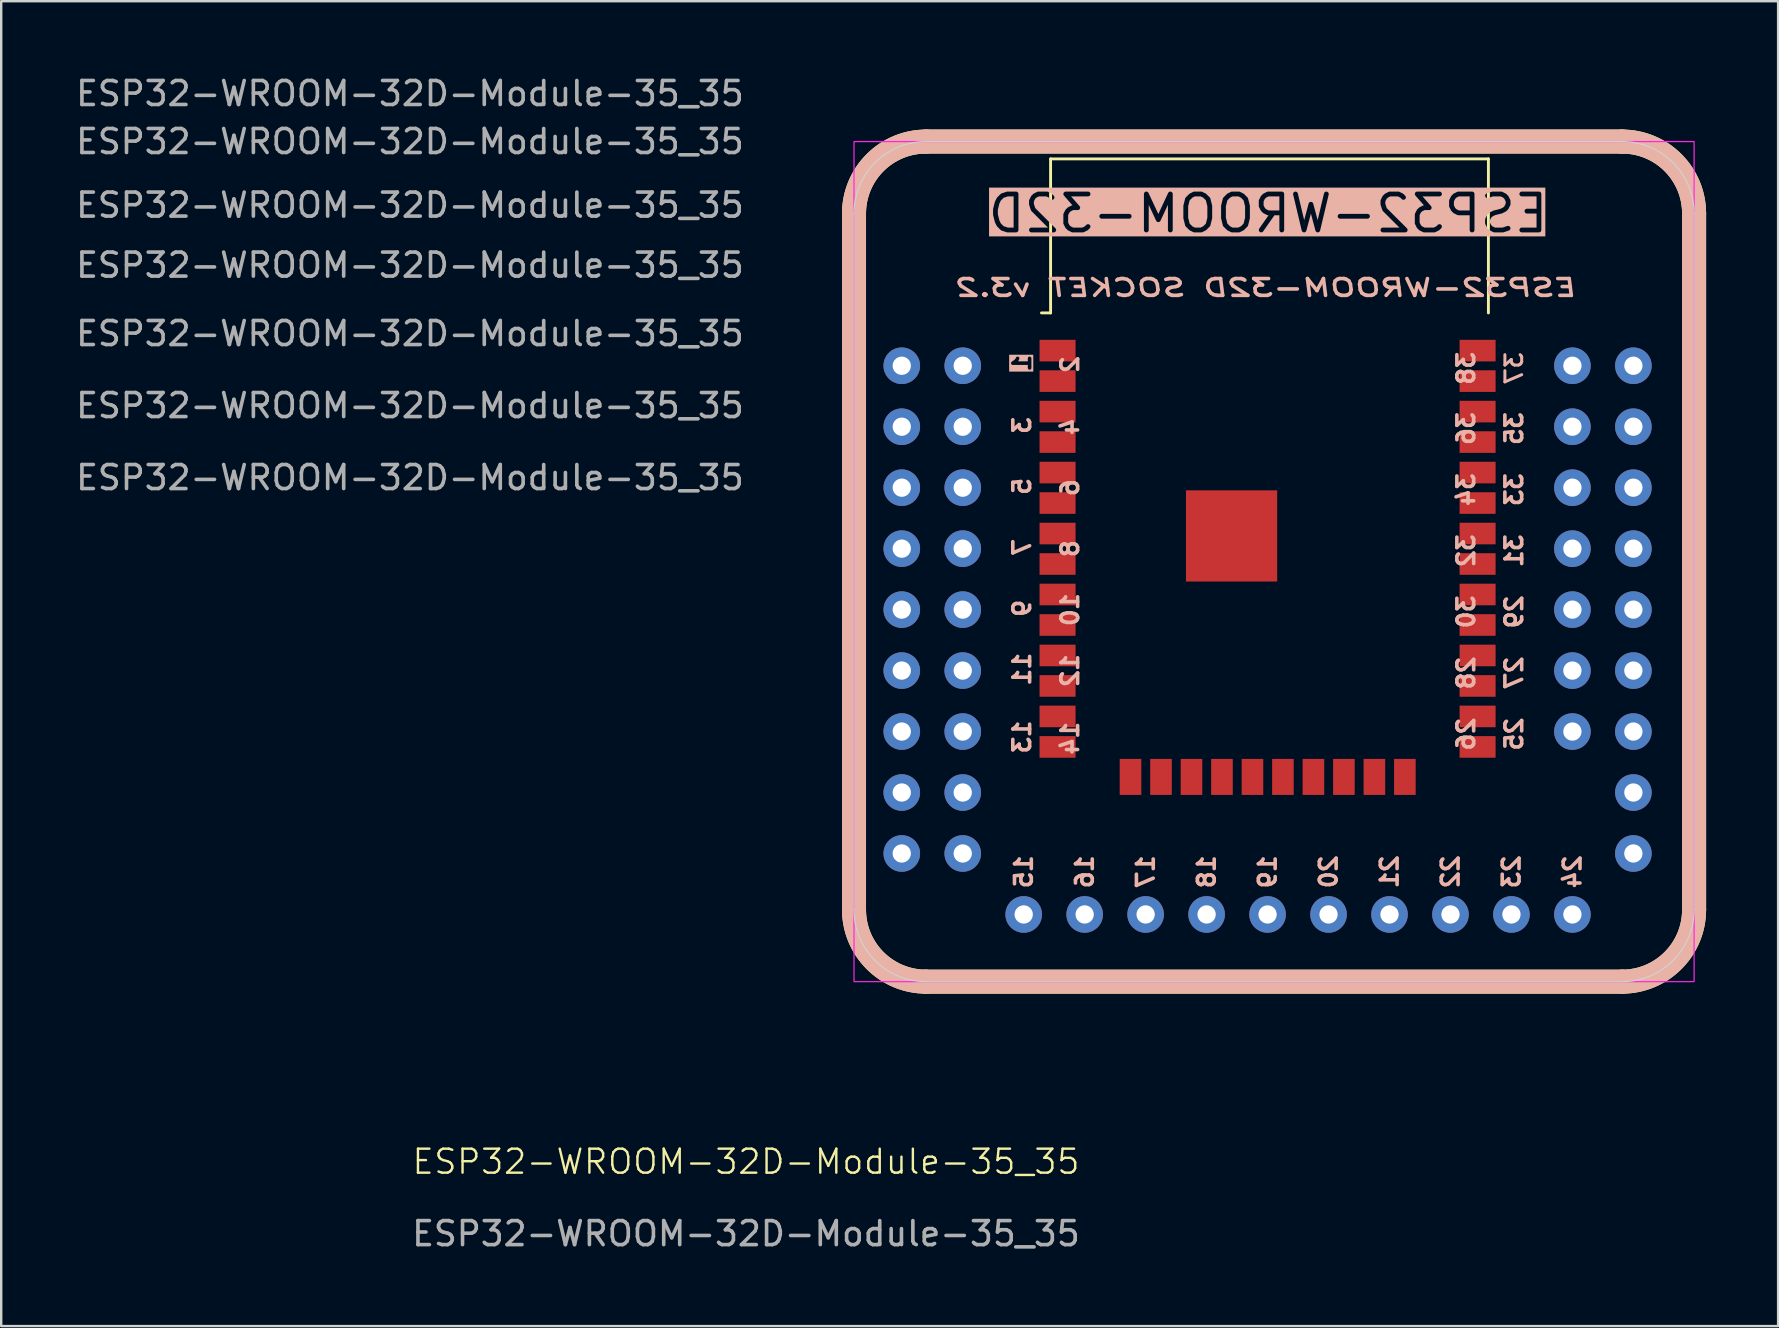
<source format=kicad_pcb>
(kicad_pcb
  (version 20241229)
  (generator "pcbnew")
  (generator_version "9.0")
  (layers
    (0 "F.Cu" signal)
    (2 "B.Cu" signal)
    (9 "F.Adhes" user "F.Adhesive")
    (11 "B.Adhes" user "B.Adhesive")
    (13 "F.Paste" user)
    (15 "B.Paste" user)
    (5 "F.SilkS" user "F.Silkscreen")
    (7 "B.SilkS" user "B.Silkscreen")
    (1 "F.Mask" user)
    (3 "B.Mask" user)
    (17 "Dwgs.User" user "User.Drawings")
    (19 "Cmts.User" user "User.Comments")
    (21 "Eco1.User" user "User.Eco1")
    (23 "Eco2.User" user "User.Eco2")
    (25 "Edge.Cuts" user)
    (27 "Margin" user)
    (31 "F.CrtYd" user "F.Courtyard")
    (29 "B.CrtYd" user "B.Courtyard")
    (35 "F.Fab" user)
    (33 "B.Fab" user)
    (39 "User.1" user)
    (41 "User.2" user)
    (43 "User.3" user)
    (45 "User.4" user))
  (footprint "ESP32-WROOM-32D-Module-35_35"
    (layer "F.Cu")
    (at 28.03 45.848)
    (property "Reference" "ESP32-WROOM-32D-Module-35_35" (at 0 -0.5 0) (unlocked yes) (layer "F.SilkS") (effects (font (size 1 1) (thickness 0.1))))
    (attr smd)
    (fp_line (start 4.5 -11) (end 4.5 -40) (stroke (width 1) (type default)) (layer "F.SilkS"))
    (fp_line (start 7.5 -43) (end 36.5 -43) (stroke (width 1) (type default)) (layer "F.SilkS"))
    (fp_line (start 12.69 -42.278) (end 12.69 -35.862) (stroke (width 0.12) (type solid)) (layer "F.SilkS"))
    (fp_line (start 12.69 -42.278) (end 30.93 -42.278) (stroke (width 0.12) (type solid)) (layer "F.SilkS"))
    (fp_line (start 12.69 -35.862) (end 12.31 -35.862) (stroke (width 0.12) (type solid)) (layer "F.SilkS"))
    (fp_line (start 30.93 -42.278) (end 30.93 -35.862) (stroke (width 0.12) (type solid)) (layer "F.SilkS"))
    (fp_line (start 36.5 -8) (end 7.5 -8) (stroke (width 1) (type default)) (layer "F.SilkS"))
    (fp_line (start 39.5 -40) (end 39.5 -11) (stroke (width 1) (type default)) (layer "F.SilkS"))
    (fp_arc (start 4.5 -40) (mid 5.37868 -42.121319) (end 7.5 -43) (stroke (width 1) (type default)) (layer "F.SilkS"))
    (fp_arc (start 7.5 -8) (mid 5.37868 -8.87868) (end 4.5 -11) (stroke (width 1) (type default)) (layer "F.SilkS"))
    (fp_arc (start 36.5 -43) (mid 38.62132 -42.12132) (end 39.5 -40) (stroke (width 1) (type default)) (layer "F.SilkS"))
    (fp_arc (start 39.5 -11) (mid 38.62132 -8.87868) (end 36.5 -8) (stroke (width 1) (type default)) (layer "F.SilkS"))
    (fp_line (start 4.5 -11) (end 4.5 -40) (stroke (width 1) (type default)) (layer "B.SilkS"))
    (fp_line (start 7.5 -43) (end 36.5 -43) (stroke (width 1) (type default)) (layer "B.SilkS"))
    (fp_line (start 36.5 -8) (end 7.5 -8) (stroke (width 1) (type default)) (layer "B.SilkS"))
    (fp_line (start 39.5 -40) (end 39.5 -11) (stroke (width 1) (type default)) (layer "B.SilkS"))
    (fp_arc (start 4.5 -40) (mid 5.378681 -42.121319) (end 7.5 -43) (stroke (width 1) (type default)) (layer "B.SilkS"))
    (fp_arc (start 7.5 -8) (mid 5.37868 -8.87868) (end 4.5 -11) (stroke (width 1) (type default)) (layer "B.SilkS"))
    (fp_arc (start 36.5 -43) (mid 38.62132 -42.12132) (end 39.5 -40) (stroke (width 1) (type default)) (layer "B.SilkS"))
    (fp_arc (start 39.5 -11) (mid 38.62132 -8.87868) (end 36.5 -8) (stroke (width 1) (type default)) (layer "B.SilkS"))
    (fp_line (start 4.5 -11) (end 4.5 -40) (stroke (width 0.05) (type default)) (layer "Edge.Cuts"))
    (fp_line (start 7.5 -43) (end 36.5 -43) (stroke (width 0.05) (type default)) (layer "Edge.Cuts"))
    (fp_line (start 36.5 -8) (end 7.5 -8) (stroke (width 0.05) (type default)) (layer "Edge.Cuts"))
    (fp_line (start 39.5 -40) (end 39.5 -11) (stroke (width 0.05) (type default)) (layer "Edge.Cuts"))
    (fp_arc (start 4.5 -40) (mid 5.37868 -42.12132) (end 7.5 -43) (stroke (width 0.05) (type default)) (layer "Edge.Cuts"))
    (fp_arc (start 7.5 -8) (mid 5.37868 -8.87868) (end 4.5 -11) (stroke (width 0.05) (type default)) (layer "Edge.Cuts"))
    (fp_arc (start 36.5 -43) (mid 38.62132 -42.12132) (end 39.5 -40) (stroke (width 0.05) (type default)) (layer "Edge.Cuts"))
    (fp_arc (start 39.5 -11) (mid 38.62132 -8.87868) (end 36.5 -8) (stroke (width 0.05) (type default)) (layer "Edge.Cuts"))
    (fp_rect (start 4.5 -43) (end 39.5 -8) (stroke (width 0.05) (type default)) (fill no) (layer "F.CrtYd"))
    (fp_text user "12" (at 13.5 -20.96 90) (unlocked yes) (layer "B.SilkS") (effects (font (size 0.7 0.7) (thickness 0.15)) (justify mirror)))
    (fp_text user "29" (at 32 -23.407 90) (unlocked yes) (layer "B.SilkS") (effects (font (size 0.7 0.7) (thickness 0.15)) (justify mirror)))
    (fp_text user "37" (at 32 -33.555 90) (unlocked yes) (layer "B.SilkS") (effects (font (size 0.7 0.7) (thickness 0.125)) (justify mirror)))
    (fp_text user "5" (at 11.5 -29.068 90) (unlocked yes) (layer "B.SilkS") (effects (font (size 0.7 0.7) (thickness 0.15)) (justify left mirror)))
    (fp_text user "33" (at 32 -28.5 90) (unlocked yes) (layer "B.SilkS") (effects (font (size 0.7 0.7) (thickness 0.15)) (justify mirror)))
    (fp_text user "8" (at 13.5 -26.04 90) (unlocked yes) (layer "B.SilkS") (effects (font (size 0.7 0.7) (thickness 0.15)) (justify mirror)))
    (fp_text user "31" (at 32 -25.954 90) (unlocked yes) (layer "B.SilkS") (effects (font (size 0.7 0.7) (thickness 0.15)) (justify mirror)))
    (fp_text user "7" (at 11.5 -26.528 90) (unlocked yes) (layer "B.SilkS") (effects (font (size 0.7 0.7) (thickness 0.15)) (justify left mirror)))
    (fp_text user "36" (at 30 -31.046 90) (unlocked yes) (layer "B.SilkS") (effects (font (size 0.7 0.7) (thickness 0.15)) (justify mirror)))
    (fp_text user "38" (at 30 -33.555 90) (unlocked yes) (layer "B.SilkS") (effects (font (size 0.7 0.7) (thickness 0.15)) (justify mirror)))
    (fp_text user "14" (at 13.5 -18.138 90) (unlocked yes) (layer "B.SilkS") (effects (font (size 0.7 0.7) (thickness 0.15)) (justify mirror)))
    (fp_text user "35" (at 32 -31.046 90) (unlocked yes) (layer "B.SilkS") (effects (font (size 0.7 0.7) (thickness 0.15)) (justify mirror)))
    (fp_text user "28" (at 30 -20.861 90) (unlocked yes) (layer "B.SilkS") (effects (font (size 0.7 0.7) (thickness 0.15)) (justify mirror)))
    (fp_text user "20" (at 24.27 -12.578 90) (unlocked yes) (layer "B.SilkS") (effects (font (size 0.7 0.7) (thickness 0.15)) (justify mirror)))
    (fp_text user "13" (at 11.5 -18.96 90) (unlocked yes) (layer "B.SilkS") (effects (font (size 0.7 0.7) (thickness 0.15)) (justify left mirror)))
    (fp_text user "19" (at 21.73 -12.578 90) (unlocked yes) (layer "B.SilkS") (effects (font (size 0.7 0.7) (thickness 0.15)) (justify mirror)))
    (fp_text user "24" (at 34.43 -12.578 90) (unlocked yes) (layer "B.SilkS") (effects (font (size 0.7 0.7) (thickness 0.15)) (justify mirror)))
    (fp_text user "27" (at 32 -20.861 90) (unlocked yes) (layer "B.SilkS") (effects (font (size 0.7 0.7) (thickness 0.15)) (justify mirror)))
    (fp_text user "22" (at 29.35 -12.578 90) (unlocked yes) (layer "B.SilkS") (effects (font (size 0.7 0.7) (thickness 0.15)) (justify mirror)))
    (fp_text user "9" (at 11.5 -23.988 90) (unlocked yes) (layer "B.SilkS") (effects (font (size 0.7 0.7) (thickness 0.15)) (justify left mirror)))
    (fp_text user "32" (at 30 -25.954 90) (unlocked yes) (layer "B.SilkS") (effects (font (size 0.7 0.7) (thickness 0.15)) (justify mirror)))
    (fp_text user "34" (at 30 -28.5 90) (unlocked yes) (layer "B.SilkS") (effects (font (size 0.7 0.7) (thickness 0.15)) (justify mirror)))
    (fp_text user "26" (at 30 -18.315 90) (unlocked yes) (layer "B.SilkS") (effects (font (size 0.7 0.7) (thickness 0.15)) (justify mirror)))
    (fp_text user "ESP32-WROOM-32D SOCKET v3.2" (at 34.716 -36.5 0) (unlocked yes) (layer "B.SilkS") (effects (font (size 0.7 1) (thickness 0.15) (italic yes)) (justify left bottom mirror)))
    (fp_text user "4" (at 13.5 -31.12 90) (unlocked yes) (layer "B.SilkS") (effects (font (size 0.7 0.7) (thickness 0.15)) (justify mirror)))
    (fp_text user "6" (at 13.5 -28.58 90) (unlocked yes) (layer "B.SilkS") (effects (font (size 0.7 0.7) (thickness 0.15)) (justify mirror)))
    (fp_text user "3" (at 11.5 -31.608 90) (unlocked yes) (layer "B.SilkS") (effects (font (size 0.7 0.7) (thickness 0.15)) (justify left mirror)))
    (fp_text user "21" (at 26.81 -12.578 90) (unlocked yes) (layer "B.SilkS") (effects (font (size 0.7 0.7) (thickness 0.15)) (justify mirror)))
    (fp_text user "17" (at 16.65 -12.578 90) (unlocked yes) (layer "B.SilkS") (effects (font (size 0.7 0.7) (thickness 0.15)) (justify mirror)))
    (fp_text user "15" (at 11.57 -12.578 90) (unlocked yes) (layer "B.SilkS") (effects (font (size 0.7 0.7) (thickness 0.15)) (justify mirror)))
    (fp_text user "30" (at 30 -23.407 90) (unlocked yes) (layer "B.SilkS") (effects (font (size 0.7 0.7) (thickness 0.15)) (justify mirror)))
    (fp_text user "ESP32-WROOM-32D" (at 21.75 -40 0) (unlocked yes) (layer "B.SilkS" knockout) (effects (font (size 1.5 1.5) (thickness 0.2) (bold yes)) (justify mirror)))
    (fp_text user "2" (at 13.5 -33.712 90) (unlocked yes) (layer "B.SilkS") (effects (font (size 0.7 0.7) (thickness 0.15)) (justify mirror)))
    (fp_text user "16" (at 14.11 -12.578 90) (unlocked yes) (layer "B.SilkS") (effects (font (size 0.7 0.7) (thickness 0.15)) (justify mirror)))
    (fp_text user "18" (at 19.19 -12.578 90) (unlocked yes) (layer "B.SilkS") (effects (font (size 0.7 0.7) (thickness 0.15)) (justify mirror)))
    (fp_text user "11" (at 11.5 -21.782 90) (unlocked yes) (layer "B.SilkS") (effects (font (size 0.7 0.7) (thickness 0.15)) (justify left mirror)))
    (fp_text user "10" (at 13.5 -23.5 90) (unlocked yes) (layer "B.SilkS") (effects (font (size 0.7 0.7) (thickness 0.15)) (justify mirror)))
    (fp_text user "1" (at 11.5 -34.2 90) (unlocked yes) (layer "B.SilkS" knockout) (effects (font (size 0.7 0.7) (thickness 0.15)) (justify left mirror)))
    (fp_text user "25" (at 32 -18.315 90) (unlocked yes) (layer "B.SilkS") (effects (font (size 0.7 0.7) (thickness 0.15)) (justify mirror)))
    (fp_text user "23\n" (at 31.89 -12.578 90) (unlocked yes) (layer "B.SilkS") (effects (font (size 0.7 0.7) (thickness 0.15)) (justify mirror)))
    (fp_text user "${REFERENCE}" (at -14 -37.85 0) (unlocked yes) (layer "F.Fab") (effects (font (size 1 1) (thickness 0.15))))
    (fp_text user "${REFERENCE}" (at 0 2.5 0) (unlocked yes) (layer "F.Fab") (effects (font (size 1 1) (thickness 0.15))))
    (fp_text user "${REFERENCE}" (at -14 -35 0) (layer "F.Fab") (effects (font (size 1 1) (thickness 0.15))))
    (fp_text user "${REFERENCE}" (at -14 -40.35 0) (layer "F.Fab") (effects (font (size 1 1) (thickness 0.15))))
    (fp_text user "${REFERENCE}" (at -14 -43 180) (layer "F.Fab") (effects (font (size 1 1) (thickness 0.15))))
    (fp_text user "${REFERENCE}" (at -14 -29 0) (layer "F.Fab") (effects (font (size 1 1) (thickness 0.15))))
    (fp_text user "${REFERENCE}" (at -14 -45 0) (layer "F.Fab") (effects (font (size 1 1) (thickness 0.15))))
    (fp_text user "${REFERENCE}" (at -14 -32 0) (layer "F.Fab") (effects (font (size 1 1) (thickness 0.15))))
    (fp_text user "EN" (at 6.5 -32.25 0) (unlocked yes) (layer "User.1") (effects (font (size 0.5 0.5) (thickness 0.125))))
    (fp_text user "IO25" (at 11.062 -23.5 90) (unlocked yes) (layer "User.1") (effects (font (size 0.5 0.5) (thickness 0.125))))
    (fp_text user "IO16" (at 38.5 -20.96 90) (unlocked yes) (layer "User.1") (effects (font (size 0.5 0.5) (thickness 0.125))))
    (fp_text user "VN" (at 6.5 -29.75 0) (unlocked yes) (layer "User.1") (effects (font (size 0.5 0.5) (thickness 0.125))))
    (fp_text user "SD1" (at 29.35 -12.832 90) (unlocked yes) (layer "User.1") (effects (font (size 0.5 0.5) (thickness 0.125))))
    (fp_text user "IO23" (at 38.5 -33.66 90) (unlocked yes) (layer "User.1") (effects (font (size 0.5 0.5) (thickness 0.125))))
    (fp_text user "GND" (at 6.5 -35 0) (unlocked yes) (layer "User.1" knockout) (effects (font (size 0.5 0.5) (thickness 0.125))))
    (fp_text user "IO33" (at 6.5 -24.75 0) (unlocked yes) (layer "User.1") (effects (font (size 0.5 0.5) (thickness 0.125))))
    (fp_text user "IO18" (at 32.398 -23.5 90) (unlocked yes) (layer "User.1") (effects (font (size 0.5 0.5) (thickness 0.125))))
    (fp_text user "IO19" (at 38.5 -26 90) (unlocked yes) (layer "User.1") (effects (font (size 0.5 0.5) (thickness 0.125))))
    (fp_text user "CMD" (at 21.73 -12.832 90) (unlocked yes) (layer "User.1") (effects (font (size 0.5 0.5) (thickness 0.125))))
    (fp_text user "VP" (at 11.062 -31.12 90) (unlocked yes) (layer "User.1") (effects (font (size 0.5 0.5) (thickness 0.125))))
    (fp_text user "IO4" (at 32.398 -18.42 90) (unlocked yes) (layer "User.1") (effects (font (size 0.5 0.5) (thickness 0.125))))
    (fp_text user "GND" (at 11.57 -12.832 90) (unlocked yes) (layer "User.1" knockout) (effects (font (size 0.5 0.5) (thickness 0.125))))
    (fp_text user "IO12" (at 11.062 -18.42 90) (unlocked yes) (layer "User.1") (effects (font (size 0.5 0.5) (thickness 0.125))))
    (fp_text user "IO27" (at 11.062 -20.96 90) (unlocked yes) (layer "User.1") (effects (font (size 0.5 0.5) (thickness 0.125))))
    (fp_text user "IO15" (at 31.89 -12.832 90) (unlocked yes) (layer "User.1") (effects (font (size 0.5 0.5) (thickness 0.125))))
    (fp_text user "IO0" (at 38.5 -18.42 90) (unlocked yes) (layer "User.1" knockout) (effects (font (size 0.5 0.5) (thickness 0.125))))
    (fp_text user "IO32" (at 11.062 -26.04 90) (unlocked yes) (layer "User.1") (effects (font (size 0.5 0.5) (thickness 0.125))))
    (fp_text user "3V3" (at 11.062 -33.66 90) (unlocked yes) (layer "User.1" knockout) (effects (font (size 0.5 0.5) (thickness 0.125))))
    (fp_text user "IO13" (at 14.11 -12.832 90) (unlocked yes) (layer "User.1") (effects (font (size 0.5 0.5) (thickness 0.125))))
    (fp_text user "CLK" (at 24.27 -12.832 90) (unlocked yes) (layer "User.1") (effects (font (size 0.5 0.5) (thickness 0.125))))
    (fp_text user "IO5" (at 38.5 -23.5 90) (unlocked yes) (layer "User.1") (effects (font (size 0.5 0.5) (thickness 0.125))))
    (fp_text user "IO17" (at 32.398 -20.96 90) (unlocked yes) (layer "User.1") (effects (font (size 0.5 0.5) (thickness 0.125))))
    (fp_text user "SD2" (at 16.65 -12.832 90) (unlocked yes) (layer "User.1") (effects (font (size 0.5 0.5) (thickness 0.125))))
    (fp_text user "IO21" (at 38.5 -28.5 90) (unlocked yes) (layer "User.1") (effects (font (size 0.5 0.5) (thickness 0.125))))
    (fp_text user "IO34" (at 11.062 -28.58 90) (unlocked yes) (layer "User.1") (effects (font (size 0.5 0.5) (thickness 0.125))))
    (fp_text user "RXD" (at 32.398 -28.58 90) (unlocked yes) (layer "User.1") (effects (font (size 0.5 0.5) (thickness 0.125))))
    (fp_text user "IO35" (at 6.5 -27.25 0) (unlocked yes) (layer "User.1") (effects (font (size 0.5 0.5) (thickness 0.125))))
    (fp_text user "IO26" (at 6.5 -22.25 0) (unlocked yes) (layer "User.1") (effects (font (size 0.5 0.5) (thickness 0.125))))
    (fp_text user "IO14" (at 6.5 -19.5 0) (unlocked yes) (layer "User.1") (effects (font (size 0.5 0.5) (thickness 0.125))))
    (fp_text user "SD0" (at 26.81 -12.832 90) (unlocked yes) (layer "User.1") (effects (font (size 0.5 0.5) (thickness 0.125))))
    (fp_text user "TXD" (at 38.5 -31 90) (unlocked yes) (layer "User.1") (effects (font (size 0.5 0.5) (thickness 0.125))))
    (fp_text user "NC" (at 32.398 -26.04 90) (unlocked yes) (layer "User.1" knockout) (effects (font (size 0.5 0.5) (thickness 0.125))))
    (fp_text user "IO23" (at 32.398 -31.12 90) (unlocked yes) (layer "User.1") (effects (font (size 0.5 0.5) (thickness 0.125))))
    (fp_text user "IO2" (at 34.43 -12.832 90) (unlocked yes) (layer "User.1") (effects (font (size 0.5 0.5) (thickness 0.125))))
    (fp_text user "GND" (at 32.398 -33.66 90) (unlocked yes) (layer "User.1" knockout) (effects (font (size 0.5 0.5) (thickness 0.125))))
    (fp_text user "SD3" (at 19.19 -12.832 90) (unlocked yes) (layer "User.1") (effects (font (size 0.5 0.5) (thickness 0.125))))
    (pad "1" thru_hole circle (at 6.49 -33.66) (size 1.524 1.524) (drill 0.762) (layers "*.Cu" "*.Mask"))
    (pad "1" thru_hole circle (at 6.49 -15.88) (size 1.524 1.524) (drill 0.762) (layers "*.Cu" "*.Mask"))
    (pad "1" thru_hole circle (at 6.49 -13.34) (size 1.524 1.524) (drill 0.762) (layers "*.Cu" "*.Mask"))
    (pad "1" smd rect (at 12.98 -34.29) (size 1.5 0.9) (layers "F.Cu" "F.Mask" "F.Paste"))
    (pad "1" thru_hole circle (at 36.97 -13.34 90) (size 1.524 1.524) (drill 0.762) (layers "*.Cu" "*.Mask"))
    (pad "2" thru_hole circle (at 9.03 -33.66) (size 1.524 1.524) (drill 0.762) (layers "*.Cu" "*.Mask"))
    (pad "2" thru_hole circle (at 9.03 -15.88) (size 1.524 1.524) (drill 0.762) (layers "*.Cu" "*.Mask"))
    (pad "2" thru_hole circle (at 9.03 -13.34) (size 1.524 1.524) (drill 0.762) (layers "*.Cu" "*.Mask"))
    (pad "2" smd rect (at 12.98 -33.02) (size 1.5 0.9) (layers "F.Cu" "F.Mask" "F.Paste"))
    (pad "2" thru_hole circle (at 36.97 -15.88 90) (size 1.524 1.524) (drill 0.762) (layers "*.Cu" "*.Mask"))
    (pad "3" thru_hole circle (at 6.49 -31.12) (size 1.524 1.524) (drill 0.762) (layers "*.Cu" "*.Mask"))
    (pad "3" smd rect (at 12.98 -31.75) (size 1.5 0.9) (layers "F.Cu" "F.Mask" "F.Paste"))
    (pad "4" thru_hole circle (at 9.03 -31.12) (size 1.524 1.524) (drill 0.762) (layers "*.Cu" "*.Mask"))
    (pad "4" smd rect (at 12.98 -30.48) (size 1.5 0.9) (layers "F.Cu" "F.Mask" "F.Paste"))
    (pad "5" thru_hole circle (at 6.49 -28.58) (size 1.524 1.524) (drill 0.762) (layers "*.Cu" "*.Mask"))
    (pad "5" smd rect (at 12.98 -29.21) (size 1.5 0.9) (layers "F.Cu" "F.Mask" "F.Paste"))
    (pad "6" thru_hole circle (at 9.03 -28.58) (size 1.524 1.524) (drill 0.762) (layers "*.Cu" "*.Mask"))
    (pad "6" smd rect (at 12.98 -27.94) (size 1.5 0.9) (layers "F.Cu" "F.Mask" "F.Paste"))
    (pad "7" thru_hole circle (at 6.49 -26.04) (size 1.524 1.524) (drill 0.762) (layers "*.Cu" "*.Mask"))
    (pad "7" smd rect (at 12.98 -26.67) (size 1.5 0.9) (layers "F.Cu" "F.Mask" "F.Paste"))
    (pad "8" thru_hole circle (at 9.03 -26.04) (size 1.524 1.524) (drill 0.762) (layers "*.Cu" "*.Mask"))
    (pad "8" smd rect (at 12.98 -25.4) (size 1.5 0.9) (layers "F.Cu" "F.Mask" "F.Paste"))
    (pad "9" thru_hole circle (at 6.49 -23.5) (size 1.524 1.524) (drill 0.762) (layers "*.Cu" "*.Mask"))
    (pad "9" smd rect (at 12.98 -24.13) (size 1.5 0.9) (layers "F.Cu" "F.Mask" "F.Paste"))
    (pad "10" thru_hole circle (at 9.03 -23.5) (size 1.524 1.524) (drill 0.762) (layers "*.Cu" "*.Mask"))
    (pad "10" smd rect (at 12.98 -22.86) (size 1.5 0.9) (layers "F.Cu" "F.Mask" "F.Paste"))
    (pad "11" thru_hole circle (at 6.49 -20.96) (size 1.524 1.524) (drill 0.762) (layers "*.Cu" "*.Mask"))
    (pad "11" smd rect (at 12.98 -21.59) (size 1.5 0.9) (layers "F.Cu" "F.Mask" "F.Paste"))
    (pad "12" thru_hole circle (at 9.03 -20.96) (size 1.524 1.524) (drill 0.762) (layers "*.Cu" "*.Mask"))
    (pad "12" smd rect (at 12.98 -20.32) (size 1.5 0.9) (layers "F.Cu" "F.Mask" "F.Paste"))
    (pad "13" thru_hole circle (at 6.49 -18.42) (size 1.524 1.524) (drill 0.762) (layers "*.Cu" "*.Mask"))
    (pad "13" smd rect (at 12.98 -19.05) (size 1.5 0.9) (layers "F.Cu" "F.Mask" "F.Paste"))
    (pad "14" thru_hole circle (at 9.03 -18.42) (size 1.524 1.524) (drill 0.762) (layers "*.Cu" "*.Mask"))
    (pad "14" smd rect (at 12.98 -17.78) (size 1.5 0.9) (layers "F.Cu" "F.Mask" "F.Paste"))
    (pad "15" thru_hole circle (at 11.57 -10.8 90) (size 1.524 1.524) (drill 0.762) (layers "*.Cu" "*.Mask"))
    (pad "15" smd rect (at 16.02 -16.53 90) (size 1.5 0.9) (layers "F.Cu" "F.Mask" "F.Paste"))
    (pad "16" thru_hole circle (at 14.11 -10.8 90) (size 1.524 1.524) (drill 0.762) (layers "*.Cu" "*.Mask"))
    (pad "16" smd rect (at 17.29 -16.53 90) (size 1.5 0.9) (layers "F.Cu" "F.Mask" "F.Paste"))
    (pad "17" thru_hole circle (at 16.65 -10.8 90) (size 1.524 1.524) (drill 0.762) (layers "*.Cu" "*.Mask"))
    (pad "17" smd rect (at 18.56 -16.53 90) (size 1.5 0.9) (layers "F.Cu" "F.Mask" "F.Paste"))
    (pad "18" thru_hole circle (at 19.19 -10.8 90) (size 1.524 1.524) (drill 0.762) (layers "*.Cu" "*.Mask"))
    (pad "18" smd rect (at 19.83 -16.53 90) (size 1.5 0.9) (layers "F.Cu" "F.Mask" "F.Paste"))
    (pad "19" smd rect (at 21.1 -16.53 90) (size 1.5 0.9) (layers "F.Cu" "F.Mask" "F.Paste"))
    (pad "19" thru_hole circle (at 21.73 -10.8 90) (size 1.524 1.524) (drill 0.762) (layers "*.Cu" "*.Mask"))
    (pad "20" smd rect (at 22.37 -16.53 90) (size 1.5 0.9) (layers "F.Cu" "F.Mask" "F.Paste"))
    (pad "20" thru_hole circle (at 24.27 -10.8 90) (size 1.524 1.524) (drill 0.762) (layers "*.Cu" "*.Mask"))
    (pad "21" smd rect (at 23.64 -16.53 90) (size 1.5 0.9) (layers "F.Cu" "F.Mask" "F.Paste"))
    (pad "21" thru_hole circle (at 26.81 -10.8 90) (size 1.524 1.524) (drill 0.762) (layers "*.Cu" "*.Mask"))
    (pad "22" smd rect (at 24.91 -16.53 90) (size 1.5 0.9) (layers "F.Cu" "F.Mask" "F.Paste"))
    (pad "22" thru_hole circle (at 29.35 -10.8 90) (size 1.524 1.524) (drill 0.762) (layers "*.Cu" "*.Mask"))
    (pad "23" smd rect (at 26.18 -16.53 90) (size 1.5 0.9) (layers "F.Cu" "F.Mask" "F.Paste"))
    (pad "23" thru_hole circle (at 31.89 -10.8 90) (size 1.524 1.524) (drill 0.762) (layers "*.Cu" "*.Mask"))
    (pad "24" smd rect (at 27.45 -16.53 90) (size 1.5 0.9) (layers "F.Cu" "F.Mask" "F.Paste"))
    (pad "24" thru_hole circle (at 34.43 -10.8 90) (size 1.524 1.524) (drill 0.762) (layers "*.Cu" "*.Mask"))
    (pad "25" smd rect (at 30.48 -17.78) (size 1.5 0.9) (layers "F.Cu" "F.Mask" "F.Paste"))
    (pad "25" thru_hole circle (at 36.97 -18.42) (size 1.524 1.524) (drill 0.762) (layers "*.Cu" "*.Mask"))
    (pad "26" smd rect (at 30.48 -19.05) (size 1.5 0.9) (layers "F.Cu" "F.Mask" "F.Paste"))
    (pad "26" thru_hole circle (at 34.43 -18.42) (size 1.524 1.524) (drill 0.762) (layers "*.Cu" "*.Mask"))
    (pad "27" smd rect (at 30.48 -20.32) (size 1.5 0.9) (layers "F.Cu" "F.Mask" "F.Paste"))
    (pad "27" thru_hole circle (at 36.97 -20.96) (size 1.524 1.524) (drill 0.762) (layers "*.Cu" "*.Mask"))
    (pad "28" smd rect (at 30.48 -21.59) (size 1.5 0.9) (layers "F.Cu" "F.Mask" "F.Paste"))
    (pad "28" thru_hole circle (at 34.43 -20.96) (size 1.524 1.524) (drill 0.762) (layers "*.Cu" "*.Mask"))
    (pad "29" smd rect (at 30.48 -22.86) (size 1.5 0.9) (layers "F.Cu" "F.Mask" "F.Paste"))
    (pad "29" thru_hole circle (at 36.97 -23.5) (size 1.524 1.524) (drill 0.762) (layers "*.Cu" "*.Mask"))
    (pad "30" smd rect (at 30.48 -24.13) (size 1.5 0.9) (layers "F.Cu" "F.Mask" "F.Paste"))
    (pad "30" thru_hole circle (at 34.43 -23.5) (size 1.524 1.524) (drill 0.762) (layers "*.Cu" "*.Mask"))
    (pad "31" smd rect (at 30.48 -25.4) (size 1.5 0.9) (layers "F.Cu" "F.Mask" "F.Paste"))
    (pad "31" thru_hole circle (at 36.97 -26.04) (size 1.524 1.524) (drill 0.762) (layers "*.Cu" "*.Mask"))
    (pad "32" smd rect (at 30.48 -26.67) (size 1.5 0.9) (layers "F.Cu" "F.Mask" "F.Paste"))
    (pad "32" thru_hole circle (at 34.43 -26.04) (size 1.524 1.524) (drill 0.762) (layers "*.Cu" "*.Mask"))
    (pad "33" smd rect (at 30.48 -27.94) (size 1.5 0.9) (layers "F.Cu" "F.Mask" "F.Paste"))
    (pad "33" thru_hole circle (at 36.97 -28.58) (size 1.524 1.524) (drill 0.762) (layers "*.Cu" "*.Mask"))
    (pad "34" smd rect (at 30.48 -29.21) (size 1.5 0.9) (layers "F.Cu" "F.Mask" "F.Paste"))
    (pad "34" thru_hole circle (at 34.43 -28.58) (size 1.524 1.524) (drill 0.762) (layers "*.Cu" "*.Mask"))
    (pad "35" smd rect (at 30.48 -30.48) (size 1.5 0.9) (layers "F.Cu" "F.Mask" "F.Paste"))
    (pad "35" thru_hole circle (at 36.97 -31.12) (size 1.524 1.524) (drill 0.762) (layers "*.Cu" "*.Mask"))
    (pad "36" smd rect (at 30.48 -31.75) (size 1.5 0.9) (layers "F.Cu" "F.Mask" "F.Paste"))
    (pad "36" thru_hole circle (at 34.43 -31.12) (size 1.524 1.524) (drill 0.762) (layers "*.Cu" "*.Mask"))
    (pad "37" smd rect (at 30.48 -33.02) (size 1.5 0.9) (layers "F.Cu" "F.Mask" "F.Paste"))
    (pad "37" thru_hole circle (at 36.97 -33.66) (size 1.524 1.524) (drill 0.762) (layers "*.Cu" "*.Mask"))
    (pad "38" smd rect (at 30.48 -34.29) (size 1.5 0.9) (layers "F.Cu" "F.Mask" "F.Paste"))
    (pad "38" thru_hole circle (at 34.43 -33.66) (size 1.524 1.524) (drill 0.762) (layers "*.Cu" "*.Mask"))
    (pad "39" smd rect (at 20.23 -26.57) (size 3.8 3.8) (layers "F.Cu" "F.Mask")))
  (gr_rect
    (start -3 -3)
    (end 71.03 52.197)
    (stroke (width 0.1) (type default))
    (fill no)
    (layer "Edge.Cuts")))
</source>
